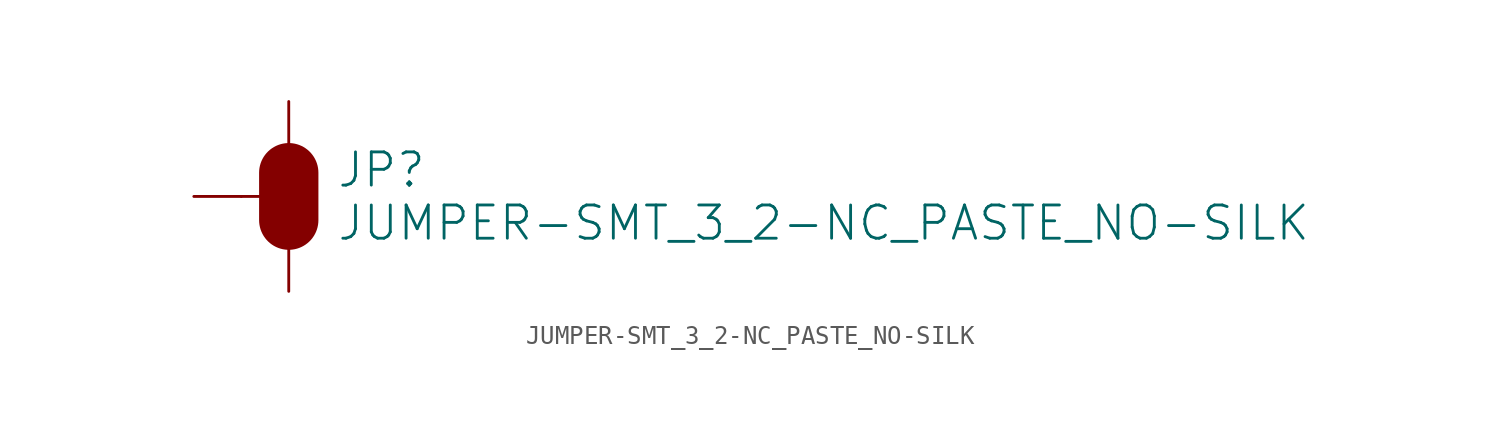
<source format=kicad_sym>
(kicad_symbol_lib
  (version 20211014)
  (generator kicad_symbol_editor)
  (symbol "JUMPER-SMT_3_2-NC_PASTE_NO-SILK"
    (property "Reference" "JP"
      (at 2.54 0.381 0)
      (effects (font (size 1.778 1.778)) (justify left bottom)))
    (property "Value" "JUMPER-SMT_3_2-NC_PASTE_NO-SILK"
      (at 2.54 -0.381 0)
      (effects (font (size 1.778 1.778)) (justify left top)))
    (property "ki_locked" ""
      (at 0 0 0)
      (effects (font (size 1.27 1.27))))
    (symbol "JUMPER-SMT_3_2-NC_PASTE_NO-SILK_1_0"
      (rectangle (start -1.27 -0.635) (end 1.27 0.635) (stroke (width 0) (type default) (color 0 0 0 0)) (fill (type outline)))
      (polyline (pts (xy -2.54 0) (xy -1.27 0)) (stroke (width 0.152) (type default) (color 0 0 0 0)) (fill (type none)))
      (polyline (pts (xy -1.27 -0.635) (xy -1.27 0)) (stroke (width 0.152) (type default) (color 0 0 0 0)) (fill (type none)))
      (polyline (pts (xy -1.27 0) (xy -1.27 0.635)) (stroke (width 0.152) (type default) (color 0 0 0 0)) (fill (type none)))
      (polyline (pts (xy -1.27 0.635) (xy 1.27 0.635)) (stroke (width 0.152) (type default) (color 0 0 0 0)) (fill (type none)))
      (polyline (pts (xy 0 1.27) (xy 0 -1.27)) (stroke (width 3.175) (type default) (color 0 0 0 0)) (fill (type none)))
      (polyline (pts (xy 1.27 -0.635) (xy -1.27 -0.635)) (stroke (width 0.152) (type default) (color 0 0 0 0)) (fill (type none)))
      (polyline (pts (xy 1.27 0.635) (xy 1.27 -0.635)) (stroke (width 0.152) (type default) (color 0 0 0 0)) (fill (type none)))
      (arc (start 1.27 -1.397) (mid 0 -0.127) (end -1.27 -1.397) (stroke (width 0.0001) (type default) (color 0 0 0 0)) (fill (type outline)))
      (arc (start 1.27 1.397) (mid 0 2.667) (end -1.27 1.397) (stroke (width 0.0001) (type default) (color 0 0 0 0)) (fill (type outline)))
      (pin passive line (at 0 5.08 270) (length 2.54) (name "1" (effects (font (size 0 0)))) (number "1" (effects (font (size 0 0)))))
      (pin passive line (at -5.08 0 0) (length 2.54) (name "2" (effects (font (size 0 0)))) (number "2" (effects (font (size 0 0)))))
      (pin passive line (at 0 -5.08 90) (length 2.54) (name "3" (effects (font (size 0 0)))) (number "3" (effects (font (size 0 0))))))))
</source>
